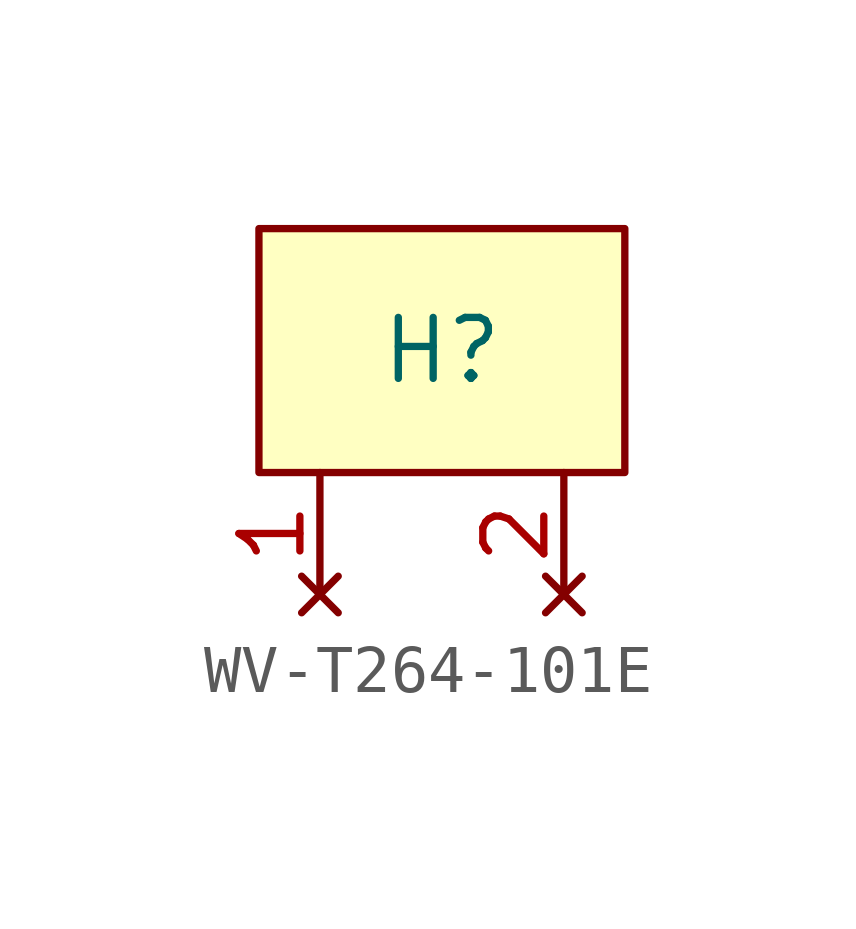
<source format=kicad_sym>
(kicad_symbol_lib
  (version 20220914)
  (generator kicad_symbol_editor)
  (symbol "WV-T264-101E"
    (property "Reference" "H"
      (at 0 0 0)
      (effects (font (size 1.27 1.27))))
    (property "Value" ""
      (at 0 0 0)
      (effects (font (size 1.27 1.27))))
    (symbol "WV-T264-101E_1_1"
      (rectangle (start -3.81 2.54) (end 3.81 -2.54) (stroke (width 0) (type default)) (fill (type background)))
      (pin no_connect line (at -2.54 -5.08 90) (length 2.54) (name "" (effects (font (size 1.27 1.27)))) (number "1" (effects (font (size 1.27 1.27)))))
      (pin no_connect line (at 2.54 -5.08 90) (length 2.54) (name "" (effects (font (size 1.27 1.27)))) (number "2" (effects (font (size 1.27 1.27))))))))
</source>
